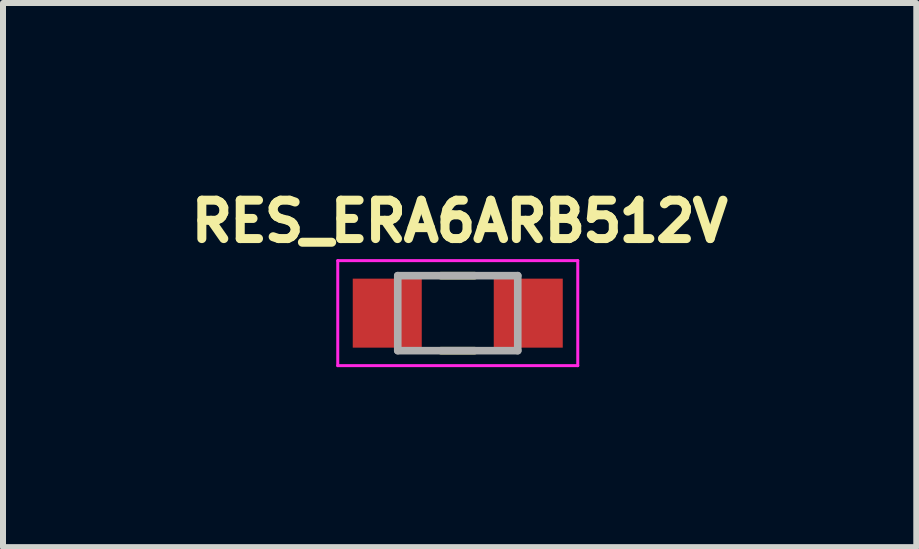
<source format=kicad_pcb>
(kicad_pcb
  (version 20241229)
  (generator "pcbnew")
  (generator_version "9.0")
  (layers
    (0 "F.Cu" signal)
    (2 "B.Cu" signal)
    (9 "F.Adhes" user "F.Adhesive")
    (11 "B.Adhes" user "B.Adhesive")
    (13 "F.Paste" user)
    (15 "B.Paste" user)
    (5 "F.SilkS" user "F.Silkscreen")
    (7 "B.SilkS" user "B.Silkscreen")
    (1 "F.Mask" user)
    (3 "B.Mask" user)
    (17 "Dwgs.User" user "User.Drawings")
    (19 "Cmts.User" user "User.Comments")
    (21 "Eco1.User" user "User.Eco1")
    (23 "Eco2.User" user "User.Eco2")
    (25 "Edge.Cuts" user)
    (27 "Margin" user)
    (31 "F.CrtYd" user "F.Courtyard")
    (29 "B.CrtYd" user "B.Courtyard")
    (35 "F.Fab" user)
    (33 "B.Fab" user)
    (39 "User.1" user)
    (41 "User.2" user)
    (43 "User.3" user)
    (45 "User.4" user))
  (footprint "RES_ERA6ARB512V"
    (layer "F.Cu")
    (at 4.579 2.169)
    (property "Reference" "RES_ERA6ARB512V" (at 0.032 -1.531 0) (layer "F.SilkS") (effects (font (size 0.64 0.64) (thickness 0.15))))
    (attr smd)
    (fp_line (start -0.28 -0.625) (end 0.28 -0.625) (stroke (width 0.127) (type solid)) (layer "F.SilkS"))
    (fp_line (start -0.28 0.625) (end 0.28 0.625) (stroke (width 0.127) (type solid)) (layer "F.SilkS"))
    (fp_line (start -2 -0.875) (end -2 0.875) (stroke (width 0.05) (type solid)) (layer "F.CrtYd"))
    (fp_line (start -2 0.875) (end 2 0.875) (stroke (width 0.05) (type solid)) (layer "F.CrtYd"))
    (fp_line (start 2 -0.875) (end -2 -0.875) (stroke (width 0.05) (type solid)) (layer "F.CrtYd"))
    (fp_line (start 2 0.875) (end 2 -0.875) (stroke (width 0.05) (type solid)) (layer "F.CrtYd"))
    (fp_line (start -1 -0.625) (end -1 0.625) (stroke (width 0.127) (type solid)) (layer "F.Fab"))
    (fp_line (start -1 -0.625) (end 1 -0.625) (stroke (width 0.127) (type solid)) (layer "F.Fab"))
    (fp_line (start -1 0.625) (end 1 0.625) (stroke (width 0.127) (type solid)) (layer "F.Fab"))
    (fp_line (start 1 -0.625) (end 1 0.625) (stroke (width 0.127) (type solid)) (layer "F.Fab"))
    (pad "1" smd rect (at -1.175 0) (size 1.15 1.15) (layers "F.Cu" "F.Mask" "F.Paste"))
    (pad "2" smd rect (at 1.175 0) (size 1.15 1.15) (layers "F.Cu" "F.Mask" "F.Paste")))
  (gr_rect
    (start -3 -3)
    (end 12.221 6.069)
    (stroke (width 0.1) (type default))
    (fill no)
    (layer "Edge.Cuts")))
</source>
